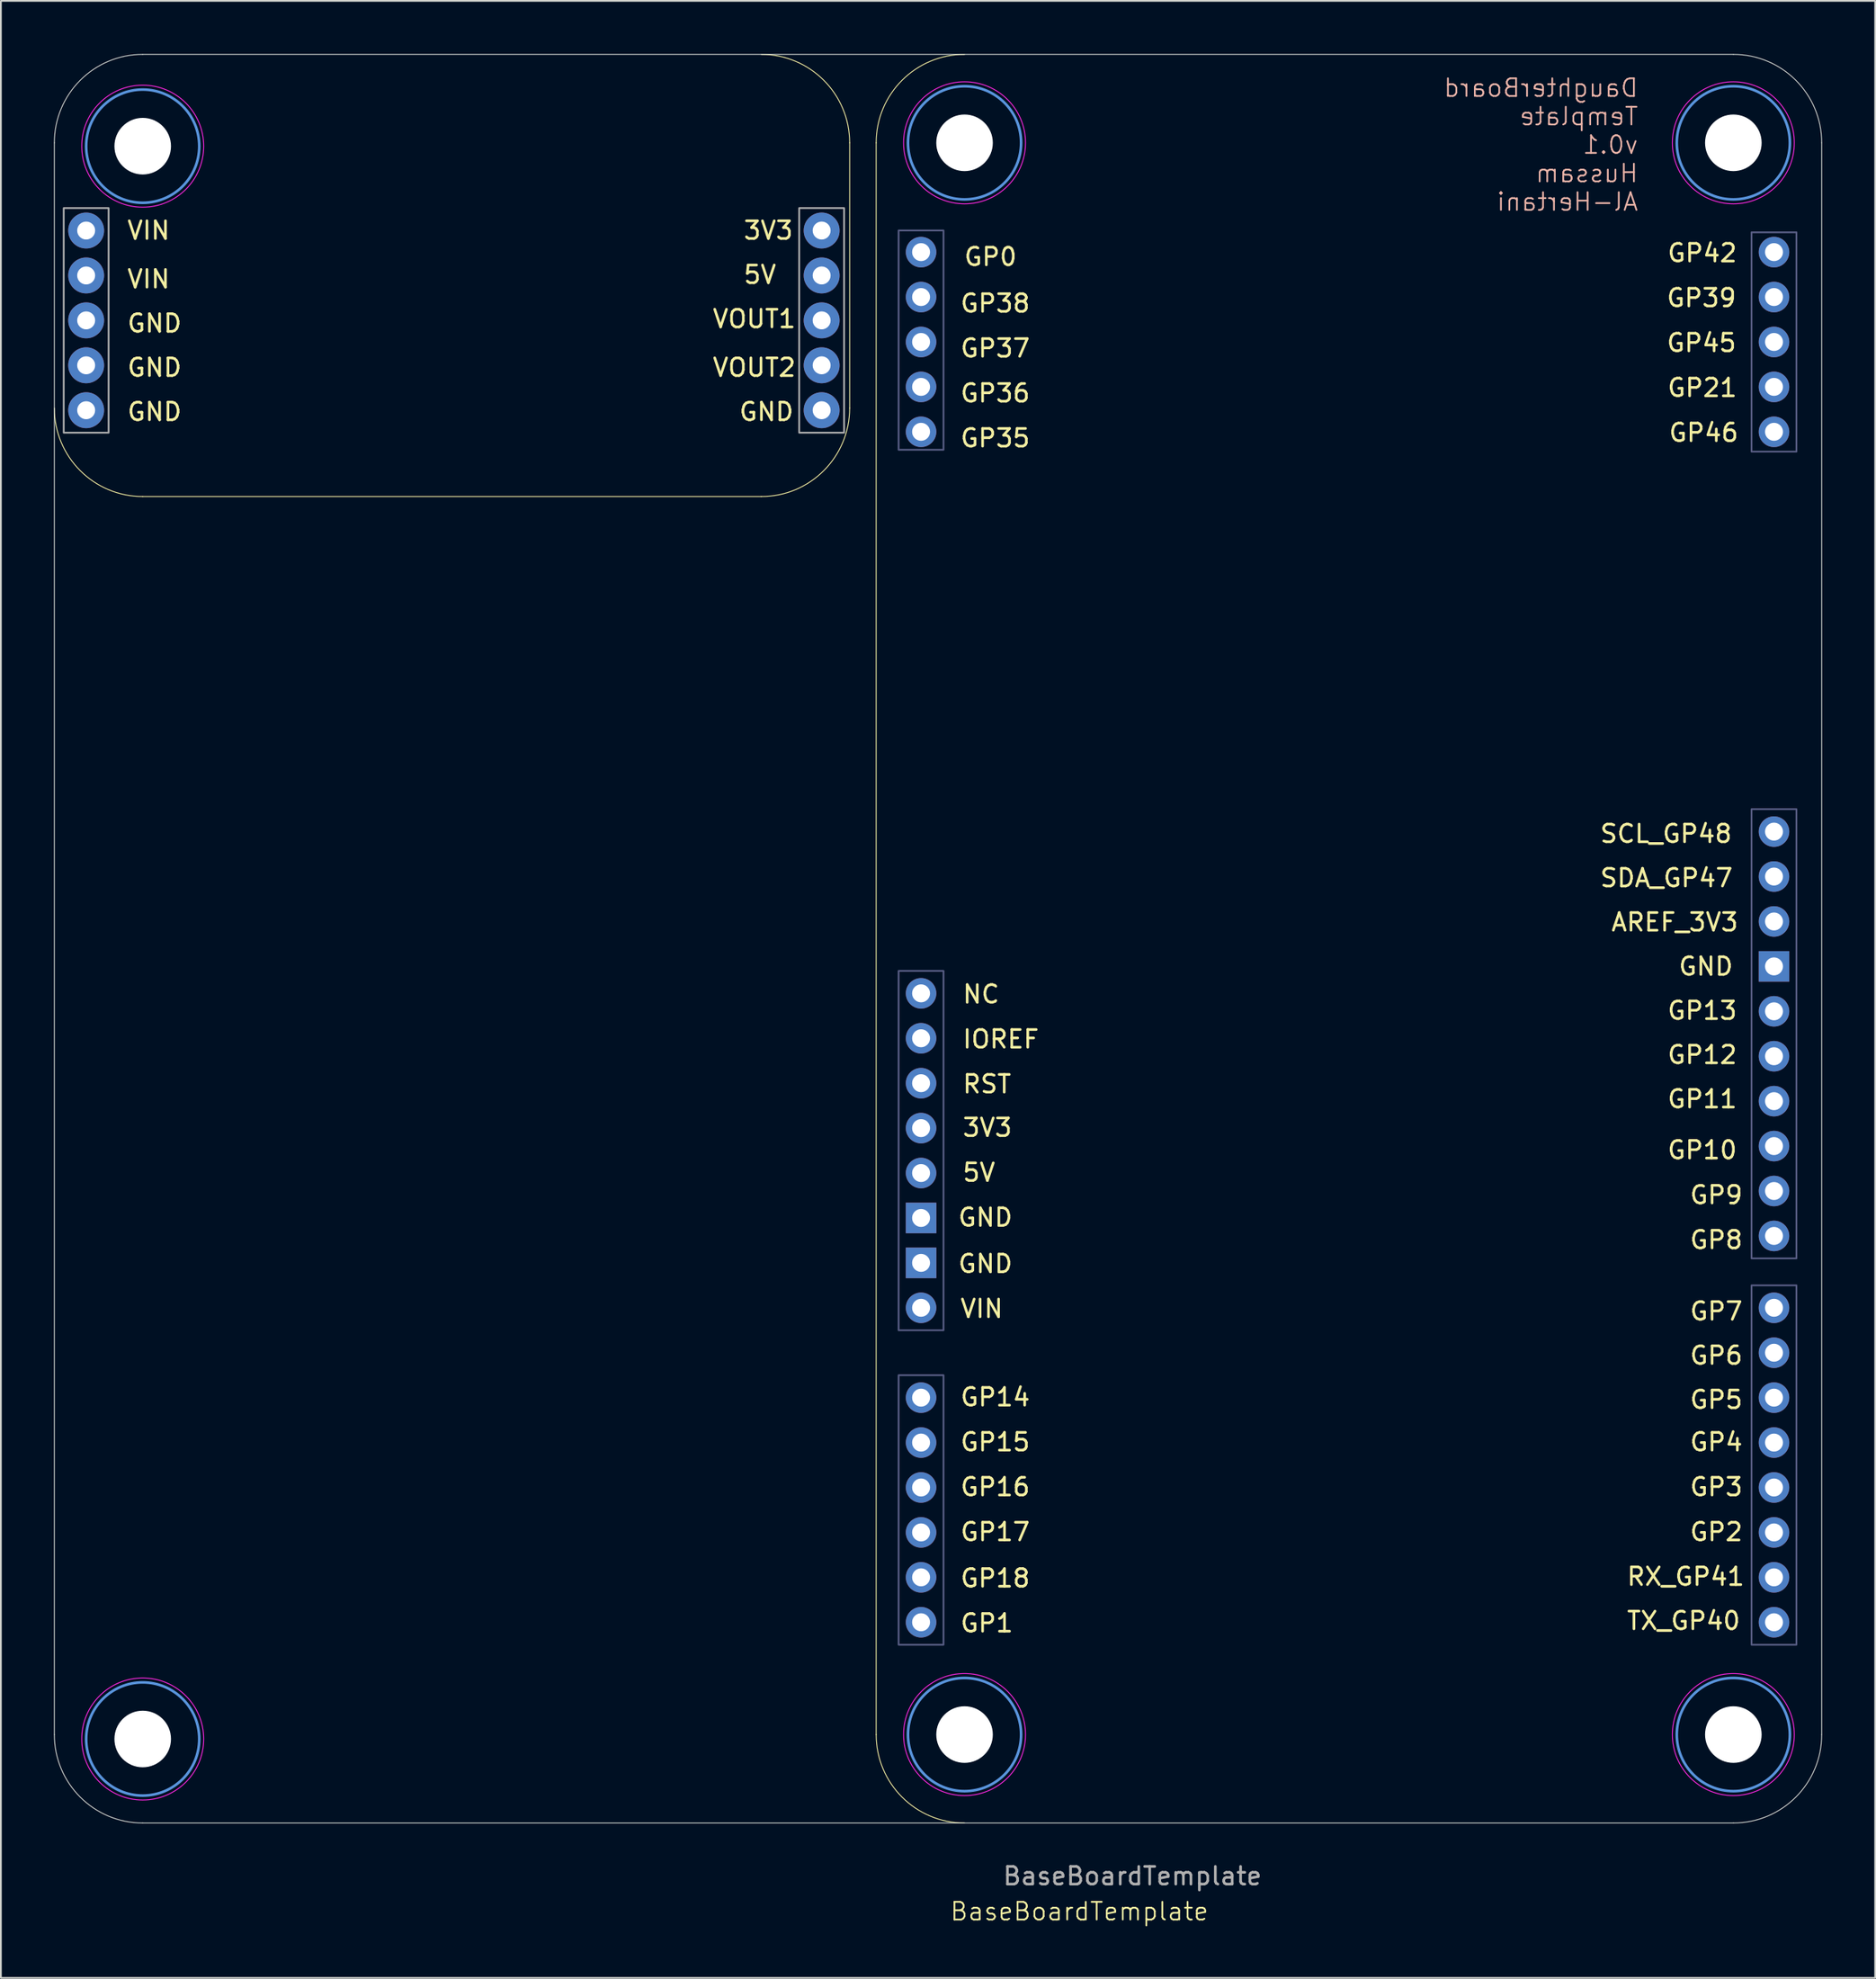
<source format=kicad_pcb>
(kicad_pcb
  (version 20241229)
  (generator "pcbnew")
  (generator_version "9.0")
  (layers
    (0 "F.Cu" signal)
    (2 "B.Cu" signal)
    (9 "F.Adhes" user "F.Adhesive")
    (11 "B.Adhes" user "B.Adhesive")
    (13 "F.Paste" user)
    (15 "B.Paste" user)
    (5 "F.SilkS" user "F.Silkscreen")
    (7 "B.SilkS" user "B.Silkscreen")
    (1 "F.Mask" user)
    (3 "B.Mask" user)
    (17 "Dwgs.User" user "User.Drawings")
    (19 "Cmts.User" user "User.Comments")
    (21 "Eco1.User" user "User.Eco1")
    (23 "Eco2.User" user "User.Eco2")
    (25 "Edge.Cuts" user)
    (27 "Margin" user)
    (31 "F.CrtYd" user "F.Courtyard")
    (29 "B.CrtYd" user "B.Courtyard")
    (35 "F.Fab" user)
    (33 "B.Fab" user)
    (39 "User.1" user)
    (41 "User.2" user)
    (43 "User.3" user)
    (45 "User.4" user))
  (footprint "BaseBoardTemplate"
    (layer "F.Cu")
    (at 50.025 50.025)
    (property "Reference" "BaseBoardTemplate" (at 8 55 0) (unlocked yes) (layer "F.SilkS") (effects (font (size 1 1) (thickness 0.1))))
    (attr smd)
    (fp_line (start -10 -25) (end -45 -25) (stroke (width 0.05) (type default)) (layer "F.SilkS"))
    (fp_line (start -5 -45) (end -5 -30) (stroke (width 0.05) (type default)) (layer "F.SilkS"))
    (fp_line (start -3.5 45) (end -3.5 -45) (stroke (width 0.05) (type default)) (layer "F.SilkS"))
    (fp_arc (start -45 -25) (mid -48.535534 -26.464466) (end -50 -30) (stroke (width 0.05) (type default)) (layer "F.SilkS"))
    (fp_arc (start -10 -50) (mid -6.464466 -48.535534) (end -5 -45) (stroke (width 0.05) (type default)) (layer "F.SilkS"))
    (fp_arc (start -5 -30) (mid -6.464466 -26.464466) (end -10 -25) (stroke (width 0.05) (type default)) (layer "F.SilkS"))
    (fp_arc (start -3.5 -45) (mid -2.035534 -48.535534) (end 1.5 -50) (stroke (width 0.05) (type default)) (layer "F.SilkS"))
    (fp_arc (start 1.5 50) (mid -2.035534 48.535534) (end -3.5 45) (stroke (width 0.05) (type default)) (layer "F.SilkS"))
    (fp_circle (center -45 -44.81) (end -45 -41.61) (stroke (width 0.15) (type solid)) (fill no) (layer "Cmts.User"))
    (fp_circle (center -45 45.25) (end -45 48.45) (stroke (width 0.15) (type solid)) (fill no) (layer "Cmts.User"))
    (fp_circle (center 1.5 -45) (end 1.5 -41.8) (stroke (width 0.15) (type solid)) (fill no) (layer "Cmts.User"))
    (fp_circle (center 1.5 45) (end 1.5 48.2) (stroke (width 0.15) (type solid)) (fill no) (layer "Cmts.User"))
    (fp_circle (center 45 -45) (end 45 -41.8) (stroke (width 0.15) (type solid)) (fill no) (layer "Cmts.User"))
    (fp_circle (center 45 45) (end 45 48.2) (stroke (width 0.15) (type solid)) (fill no) (layer "Cmts.User"))
    (fp_line (start -50 45) (end -50 -45) (stroke (width 0.05) (type default)) (layer "Edge.Cuts"))
    (fp_line (start -45 -50) (end 45 -50) (stroke (width 0.05) (type default)) (layer "Edge.Cuts"))
    (fp_line (start 45 50) (end -45 50) (stroke (width 0.05) (type default)) (layer "Edge.Cuts"))
    (fp_line (start 50 -45) (end 50 45) (stroke (width 0.05) (type default)) (layer "Edge.Cuts"))
    (fp_arc (start -50 -45) (mid -48.535534 -48.535534) (end -45 -50) (stroke (width 0.05) (type default)) (layer "Edge.Cuts"))
    (fp_arc (start -45 50) (mid -48.535534 48.535534) (end -50 45) (stroke (width 0.05) (type default)) (layer "Edge.Cuts"))
    (fp_arc (start 45 -50) (mid 48.535534 -48.535534) (end 50 -45) (stroke (width 0.05) (type default)) (layer "Edge.Cuts"))
    (fp_arc (start 50 45) (mid 48.535534 48.535534) (end 45 50) (stroke (width 0.05) (type default)) (layer "Edge.Cuts"))
    (fp_circle (center -45 -44.81) (end -45 -41.36) (stroke (width 0.05) (type solid)) (fill no) (layer "F.CrtYd"))
    (fp_circle (center -45 45.25) (end -45 48.7) (stroke (width 0.05) (type solid)) (fill no) (layer "F.CrtYd"))
    (fp_circle (center 1.5 -45) (end 1.5 -41.55) (stroke (width 0.05) (type solid)) (fill no) (layer "F.CrtYd"))
    (fp_circle (center 1.5 45) (end 1.5 48.45) (stroke (width 0.05) (type solid)) (fill no) (layer "F.CrtYd"))
    (fp_circle (center 45 -45) (end 45 -41.55) (stroke (width 0.05) (type solid)) (fill no) (layer "F.CrtYd"))
    (fp_circle (center 45 45) (end 45 48.45) (stroke (width 0.05) (type solid)) (fill no) (layer "F.CrtYd"))
    (fp_rect (start -2.23 -40.044) (end 0.31 -27.644) (stroke (width 0.1) (type solid)) (fill no) (layer "B.Fab"))
    (fp_rect (start -2.23 1.82) (end 0.31 22.14) (stroke (width 0.1) (type solid)) (fill no) (layer "B.Fab"))
    (fp_rect (start -2.23 24.68) (end 0.31 39.92) (stroke (width 0.1) (type solid)) (fill no) (layer "B.Fab"))
    (fp_rect (start 46.03 -39.94) (end 48.57 -27.54) (stroke (width 0.1) (type solid)) (fill no) (layer "B.Fab"))
    (fp_rect (start 46.03 -7.324) (end 48.57 18.076) (stroke (width 0.1) (type solid)) (fill no) (layer "B.Fab"))
    (fp_rect (start 46.03 19.6) (end 48.57 39.92) (stroke (width 0.1) (type solid)) (fill no) (layer "B.Fab"))
    (fp_rect (start -49.47 -41.31) (end -46.93 -28.61) (stroke (width 0.1) (type default)) (fill no) (layer "F.Fab"))
    (fp_rect (start -7.855 -41.31) (end -5.315 -28.61) (stroke (width 0.1) (type default)) (fill no) (layer "F.Fab"))
    (fp_text user "GP7" (at 42.46 21.65 0) (unlocked yes) (layer "F.SilkS") (effects (font (size 1 1) (thickness 0.15)) (justify left bottom)))
    (fp_text user "GP12" (at 41.19 7.15 0) (unlocked yes) (layer "F.SilkS") (effects (font (size 1 1) (thickness 0.15)) (justify left bottom)))
    (fp_text user "GND" (at -45.955 -34.21 0) (unlocked yes) (layer "F.SilkS") (effects (font (size 1 1) (thickness 0.15)) (justify left bottom)))
    (fp_text user "VIN" (at -45.955 -39.46 0) (unlocked yes) (layer "F.SilkS") (effects (font (size 1 1) (thickness 0.15)) (justify left bottom)))
    (fp_text user "AREF_3V3" (at 38.015 -0.35 0) (unlocked yes) (layer "F.SilkS") (effects (font (size 1 1) (thickness 0.15)) (justify left bottom)))
    (fp_text user "SCL_GP48" (at 37.38 -5.35 0) (unlocked yes) (layer "F.SilkS") (effects (font (size 1 1) (thickness 0.15)) (justify left bottom)))
    (fp_text user "GP4" (at 42.46 29.045 0) (unlocked yes) (layer "F.SilkS") (effects (font (size 1 1) (thickness 0.15)) (justify left bottom)))
    (fp_text user "GP45" (at 41.146 -33.105 0) (unlocked yes) (layer "F.SilkS") (effects (font (size 1 1) (thickness 0.15)) (justify left bottom)))
    (fp_text user "5V" (at -11.08 -36.96 0) (unlocked yes) (layer "F.SilkS") (effects (font (size 1 1) (thickness 0.15)) (justify left bottom)))
    (fp_text user "IOREF" (at 1.312 6.265 0) (unlocked yes) (layer "F.SilkS") (effects (font (size 1 1) (thickness 0.15)) (justify left bottom)))
    (fp_text user "GND" (at 1.058 18.965 0) (unlocked yes) (layer "F.SilkS") (effects (font (size 1 1) (thickness 0.15)) (justify left bottom)))
    (fp_text user "GP5" (at 42.46 26.65 0) (unlocked yes) (layer "F.SilkS") (effects (font (size 1 1) (thickness 0.15)) (justify left bottom)))
    (fp_text user "GP8" (at 42.46 17.615 0) (unlocked yes) (layer "F.SilkS") (effects (font (size 1 1) (thickness 0.15)) (justify left bottom)))
    (fp_text user "SDA_GP47" (at 37.38 -2.85 0) (unlocked yes) (layer "F.SilkS") (effects (font (size 1 1) (thickness 0.15)) (justify left bottom)))
    (fp_text user "GP46" (at 41.27 -28.025 0) (unlocked yes) (layer "F.SilkS") (effects (font (size 1 1) (thickness 0.15)) (justify left bottom)))
    (fp_text user "GP3" (at 42.46 31.585 0) (unlocked yes) (layer "F.SilkS") (effects (font (size 1 1) (thickness 0.15)) (justify left bottom)))
    (fp_text user "GND" (at 41.825 2.15 0) (unlocked yes) (layer "F.SilkS") (effects (font (size 1 1) (thickness 0.15)) (justify left bottom)))
    (fp_text user "GP35" (at 1.185 -27.72 0) (unlocked yes) (layer "F.SilkS") (effects (font (size 1 1) (thickness 0.15)) (justify left bottom)))
    (fp_text user "GND" (at -11.33 -29.21 0) (unlocked yes) (layer "F.SilkS") (effects (font (size 1 1) (thickness 0.15)) (justify left bottom)))
    (fp_text user "GND" (at -45.955 -31.71 0) (unlocked yes) (layer "F.SilkS") (effects (font (size 1 1) (thickness 0.15)) (justify left bottom)))
    (fp_text user "3V3" (at 1.312 11.265 0) (unlocked yes) (layer "F.SilkS") (effects (font (size 1 1) (thickness 0.15)) (justify left bottom)))
    (fp_text user "GP17" (at 1.185 34.125 0) (unlocked yes) (layer "F.SilkS") (effects (font (size 1 1) (thickness 0.15)) (justify left bottom)))
    (fp_text user "3V3" (at -11.08 -39.46 0) (unlocked yes) (layer "F.SilkS") (effects (font (size 1 1) (thickness 0.15)) (justify left bottom)))
    (fp_text user "NC" (at 1.312 3.725 0) (unlocked yes) (layer "F.SilkS") (effects (font (size 1 1) (thickness 0.15)) (justify left bottom)))
    (fp_text user "GP21" (at 41.19 -30.565 0) (unlocked yes) (layer "F.SilkS") (effects (font (size 1 1) (thickness 0.15)) (justify left bottom)))
    (fp_text user "VIN" (at -45.955 -36.71 0) (unlocked yes) (layer "F.SilkS") (effects (font (size 1 1) (thickness 0.15)) (justify left bottom)))
    (fp_text user "GP13" (at 41.19 4.65 0) (unlocked yes) (layer "F.SilkS") (effects (font (size 1 1) (thickness 0.15)) (justify left bottom)))
    (fp_text user "GP15" (at 1.185 29.045 0) (unlocked yes) (layer "F.SilkS") (effects (font (size 1 1) (thickness 0.15)) (justify left bottom)))
    (fp_text user "GP37" (at 1.185 -32.8 0) (unlocked yes) (layer "F.SilkS") (effects (font (size 1 1) (thickness 0.15)) (justify left bottom)))
    (fp_text user "VOUT2" (at -12.83 -31.71 0) (unlocked yes) (layer "F.SilkS") (effects (font (size 1 1) (thickness 0.15)) (justify left bottom)))
    (fp_text user "GP1" (at 1.185 39.285 0) (unlocked yes) (layer "F.SilkS") (effects (font (size 1 1) (thickness 0.15)) (justify left bottom)))
    (fp_text user "VOUT1" (at -12.83 -34.46 0) (unlocked yes) (layer "F.SilkS") (effects (font (size 1 1) (thickness 0.15)) (justify left bottom)))
    (fp_text user "TX_GP40" (at 38.896 39.15 0) (unlocked yes) (layer "F.SilkS") (effects (font (size 1 1) (thickness 0.15)) (justify left bottom)))
    (fp_text user "RX_GP41" (at 38.896 36.65 0) (unlocked yes) (layer "F.SilkS") (effects (font (size 1 1) (thickness 0.15)) (justify left bottom)))
    (fp_text user "5V" (at 1.312 13.805 0) (unlocked yes) (layer "F.SilkS") (effects (font (size 1 1) (thickness 0.15)) (justify left bottom)))
    (fp_text user "GND" (at -45.955 -29.21 0) (unlocked yes) (layer "F.SilkS") (effects (font (size 1 1) (thickness 0.15)) (justify left bottom)))
    (fp_text user "GP14" (at 1.185 26.505 0) (unlocked yes) (layer "F.SilkS") (effects (font (size 1 1) (thickness 0.15)) (justify left bottom)))
    (fp_text user "RST" (at 1.312 8.805 0) (unlocked yes) (layer "F.SilkS") (effects (font (size 1 1) (thickness 0.15)) (justify left bottom)))
    (fp_text user "GP11" (at 41.19 9.65 0) (unlocked yes) (layer "F.SilkS") (effects (font (size 1 1) (thickness 0.15)) (justify left bottom)))
    (fp_text user "GP18" (at 1.185 36.745 0) (unlocked yes) (layer "F.SilkS") (effects (font (size 1 1) (thickness 0.15)) (justify left bottom)))
    (fp_text user "GP2" (at 42.46 34.125 0) (unlocked yes) (layer "F.SilkS") (effects (font (size 1 1) (thickness 0.15)) (justify left bottom)))
    (fp_text user "GP0" (at 1.396 -37.97 0) (unlocked yes) (layer "F.SilkS") (effects (font (size 1 1) (thickness 0.15)) (justify left bottom)))
    (fp_text user "GP36" (at 1.185 -30.26 0) (unlocked yes) (layer "F.SilkS") (effects (font (size 1 1) (thickness 0.15)) (justify left bottom)))
    (fp_text user "GP6" (at 42.46 24.15 0) (unlocked yes) (layer "F.SilkS") (effects (font (size 1 1) (thickness 0.15)) (justify left bottom)))
    (fp_text user "GP16" (at 1.185 31.585 0) (unlocked yes) (layer "F.SilkS") (effects (font (size 1 1) (thickness 0.15)) (justify left bottom)))
    (fp_text user "VIN" (at 1.185 21.505 0) (unlocked yes) (layer "F.SilkS") (effects (font (size 1 1) (thickness 0.15)) (justify left bottom)))
    (fp_text user "GP42" (at 41.19 -38.185 0) (unlocked yes) (layer "F.SilkS") (effects (font (size 1 1) (thickness 0.15)) (justify left bottom)))
    (fp_text user "GND" (at 1.058 16.345 0) (unlocked yes) (layer "F.SilkS") (effects (font (size 1 1) (thickness 0.15)) (justify left bottom)))
    (fp_text user "GP39" (at 41.146 -35.645 0) (unlocked yes) (layer "F.SilkS") (effects (font (size 1 1) (thickness 0.15)) (justify left bottom)))
    (fp_text user "GP10" (at 41.19 12.535 0) (unlocked yes) (layer "F.SilkS") (effects (font (size 1 1) (thickness 0.15)) (justify left bottom)))
    (fp_text user "GP38" (at 1.185 -35.34 0) (unlocked yes) (layer "F.SilkS") (effects (font (size 1 1) (thickness 0.15)) (justify left bottom)))
    (fp_text user "GP9" (at 42.46 15.075 0) (unlocked yes) (layer "F.SilkS") (effects (font (size 1 1) (thickness 0.15)) (justify left bottom)))
    (fp_text user "${REFERENCE}" (at 11 53 0) (layer "F.Fab") (effects (font (size 1 1) (thickness 0.15))))
    (fp_text_box "DaughterBoard\nTemplate v0.1\nHussam\nAl-Hertani" (start 29.76 -49.441) (end 40.428 -32.677) (margins 0.75 0.75 0.75 0.75) (layer "B.SilkS") (effects (font (size 1 1) (thickness 0.1)) (justify left top mirror)) (border no) (stroke (width 0) (type solid)))
    (pad "" np_thru_hole circle (at -45 -44.81 270) (size 3.2 3.2) (drill 3.2) (layers "*.Cu" "*.Mask"))
    (pad "" np_thru_hole circle (at -45 45.25 270) (size 3.2 3.2) (drill 3.2) (layers "*.Cu" "*.Mask"))
    (pad "" np_thru_hole circle (at 1.5 -45 270) (size 3.2 3.2) (drill 3.2) (layers "*.Cu" "*.Mask"))
    (pad "" np_thru_hole circle (at 1.5 45 270) (size 3.2 3.2) (drill 3.2) (layers "*.Cu" "*.Mask"))
    (pad "" np_thru_hole circle (at 45 -45 270) (size 3.2 3.2) (drill 3.2) (layers "*.Cu" "*.Mask"))
    (pad "" np_thru_hole circle (at 45 45 270) (size 3.2 3.2) (drill 3.2) (layers "*.Cu" "*.Mask"))
    (pad "0" thru_hole oval (at -0.96 -38.82 270) (size 1.727 1.727) (drill 1.016) (layers "*.Cu" "*.Mask"))
    (pad "1" thru_hole oval (at -0.96 38.65 270) (size 1.727 1.727) (drill 1.016) (layers "*.Cu" "*.Mask"))
    (pad "2" thru_hole oval (at 47.3 33.57 270) (size 1.727 1.727) (drill 1.016) (layers "*.Cu" "*.Mask"))
    (pad "3" thru_hole oval (at 47.3 31.03 270) (size 1.727 1.727) (drill 1.016) (layers "*.Cu" "*.Mask"))
    (pad "4" thru_hole oval (at 47.3 28.49 270) (size 1.727 1.727) (drill 1.016) (layers "*.Cu" "*.Mask"))
    (pad "5" thru_hole oval (at 47.3 25.95 270) (size 1.727 1.727) (drill 1.016) (layers "*.Cu" "*.Mask"))
    (pad "6" thru_hole oval (at 47.3 23.41 270) (size 1.727 1.727) (drill 1.016) (layers "*.Cu" "*.Mask"))
    (pad "7" thru_hole oval (at 47.3 20.87 270) (size 1.727 1.727) (drill 1.016) (layers "*.Cu" "*.Mask"))
    (pad "8" thru_hole oval (at 47.3 16.806 270) (size 1.727 1.727) (drill 1.016) (layers "*.Cu" "*.Mask"))
    (pad "9" thru_hole oval (at 47.3 14.266 270) (size 1.727 1.727) (drill 1.016) (layers "*.Cu" "*.Mask"))
    (pad "10" thru_hole oval (at 47.3 11.726 270) (size 1.727 1.727) (drill 1.016) (layers "*.Cu" "*.Mask"))
    (pad "11" thru_hole oval (at 47.3 9.186 270) (size 1.727 1.727) (drill 1.016) (layers "*.Cu" "*.Mask"))
    (pad "12" thru_hole oval (at 47.3 6.646 270) (size 1.727 1.727) (drill 1.016) (layers "*.Cu" "*.Mask"))
    (pad "13" thru_hole oval (at 47.3 4.106 270) (size 1.727 1.727) (drill 1.016) (layers "*.Cu" "*.Mask"))
    (pad "14" thru_hole oval (at -0.96 25.95 270) (size 1.727 1.727) (drill 1.016) (layers "*.Cu" "*.Mask"))
    (pad "15" thru_hole oval (at -0.96 28.49 270) (size 1.727 1.727) (drill 1.016) (layers "*.Cu" "*.Mask"))
    (pad "16" thru_hole oval (at -0.96 31.03 270) (size 1.727 1.727) (drill 1.016) (layers "*.Cu" "*.Mask"))
    (pad "17" thru_hole oval (at -0.96 33.57 270) (size 1.727 1.727) (drill 1.016) (layers "*.Cu" "*.Mask"))
    (pad "18" thru_hole oval (at -0.96 36.11 270) (size 1.727 1.727) (drill 1.016) (layers "*.Cu" "*.Mask"))
    (pad "21" thru_hole oval (at 47.3 -31.2 270) (size 1.727 1.727) (drill 1.016) (layers "*.Cu" "*.Mask"))
    (pad "22" thru_hole oval (at -0.96 20.87 270) (size 1.727 1.727) (drill 1.016) (layers "*.Cu" "*.Mask"))
    (pad "23" thru_hole rect (at -0.96 18.33 270) (size 1.727 1.727) (drill 1.016) (layers "*.Cu" "*.Mask"))
    (pad "24" thru_hole rect (at -0.96 15.79 270) (size 1.727 1.727) (drill 1.016) (layers "*.Cu" "*.Mask"))
    (pad "25" thru_hole oval (at -0.96 13.25 270) (size 1.727 1.727) (drill 1.016) (layers "*.Cu" "*.Mask"))
    (pad "26" thru_hole oval (at -0.96 10.71 270) (size 1.727 1.727) (drill 1.016) (layers "*.Cu" "*.Mask"))
    (pad "27" thru_hole oval (at -0.96 8.17 270) (size 1.727 1.727) (drill 1.016) (layers "*.Cu" "*.Mask"))
    (pad "28" thru_hole oval (at -0.96 5.63 270) (size 1.727 1.727) (drill 1.016) (layers "*.Cu" "*.Mask"))
    (pad "29" thru_hole oval (at -0.96 3.09 270) (size 1.727 1.727) (drill 1.016) (layers "*.Cu" "*.Mask"))
    (pad "30" thru_hole rect (at 47.3 1.566 270) (size 1.727 1.727) (drill 1.016) (layers "*.Cu" "*.Mask"))
    (pad "32" thru_hole oval (at 47.3 -0.974 270) (size 1.727 1.727) (drill 1.016) (layers "*.Cu" "*.Mask"))
    (pad "35" thru_hole oval (at -0.96 -28.66 270) (size 1.727 1.727) (drill 1.016) (layers "*.Cu" "*.Mask"))
    (pad "36" thru_hole oval (at -0.96 -31.2 270) (size 1.727 1.727) (drill 1.016) (layers "*.Cu" "*.Mask"))
    (pad "37" thru_hole oval (at -0.96 -33.74 270) (size 1.727 1.727) (drill 1.016) (layers "*.Cu" "*.Mask"))
    (pad "38" thru_hole oval (at -0.96 -36.28 270) (size 1.727 1.727) (drill 1.016) (layers "*.Cu" "*.Mask"))
    (pad "39" thru_hole oval (at 47.3 -36.28 270) (size 1.727 1.727) (drill 1.016) (layers "*.Cu" "*.Mask"))
    (pad "40" thru_hole oval (at 47.3 38.65 270) (size 1.727 1.727) (drill 1.016) (layers "*.Cu" "*.Mask"))
    (pad "41" thru_hole oval (at 47.3 36.11 270) (size 1.727 1.727) (drill 1.016) (layers "*.Cu" "*.Mask"))
    (pad "42" thru_hole oval (at 47.3 -38.82 270) (size 1.727 1.727) (drill 1.016) (layers "*.Cu" "*.Mask"))
    (pad "45" thru_hole oval (at 47.3 -33.74 270) (size 1.727 1.727) (drill 1.016) (layers "*.Cu" "*.Mask"))
    (pad "46" thru_hole oval (at 47.3 -28.66 270) (size 1.727 1.727) (drill 1.016) (layers "*.Cu" "*.Mask"))
    (pad "47" thru_hole oval (at 47.3 -3.514 270) (size 1.727 1.727) (drill 1.016) (layers "*.Cu" "*.Mask"))
    (pad "48" thru_hole oval (at 47.3 -6.054 270) (size 1.727 1.727) (drill 1.016) (layers "*.Cu" "*.Mask"))
    (pad "53" thru_hole circle (at -48.2 -40.04) (size 2.032 2.032) (drill 1.016) (layers "*.Cu" "*.Mask"))
    (pad "54" thru_hole circle (at -48.2 -37.5) (size 2.032 2.032) (drill 1.016) (layers "*.Cu" "*.Mask"))
    (pad "55" thru_hole circle (at -48.2 -34.96) (size 2.032 2.032) (drill 1.016) (layers "*.Cu" "*.Mask"))
    (pad "56" thru_hole circle (at -48.2 -32.42) (size 2.032 2.032) (drill 1.016) (layers "*.Cu" "*.Mask"))
    (pad "57" thru_hole circle (at -48.2 -29.88) (size 2.032 2.032) (drill 1.016) (layers "*.Cu" "*.Mask"))
    (pad "58" thru_hole circle (at -6.585 -29.88) (size 2.032 2.032) (drill 1.016) (layers "*.Cu" "*.Mask"))
    (pad "59" thru_hole circle (at -6.585 -32.42) (size 2.032 2.032) (drill 1.016) (layers "*.Cu" "*.Mask"))
    (pad "60" thru_hole circle (at -6.585 -34.96) (size 2.032 2.032) (drill 1.016) (layers "*.Cu" "*.Mask"))
    (pad "61" thru_hole circle (at -6.585 -37.5) (size 2.032 2.032) (drill 1.016) (layers "*.Cu" "*.Mask"))
    (pad "62" thru_hole circle (at -6.585 -40.04) (size 2.032 2.032) (drill 1.016) (layers "*.Cu" "*.Mask")))
  (gr_rect
    (start -3 -3)
    (end 103.05 108.785)
    (stroke (width 0.1) (type default))
    (fill no)
    (layer "Edge.Cuts")))
</source>
